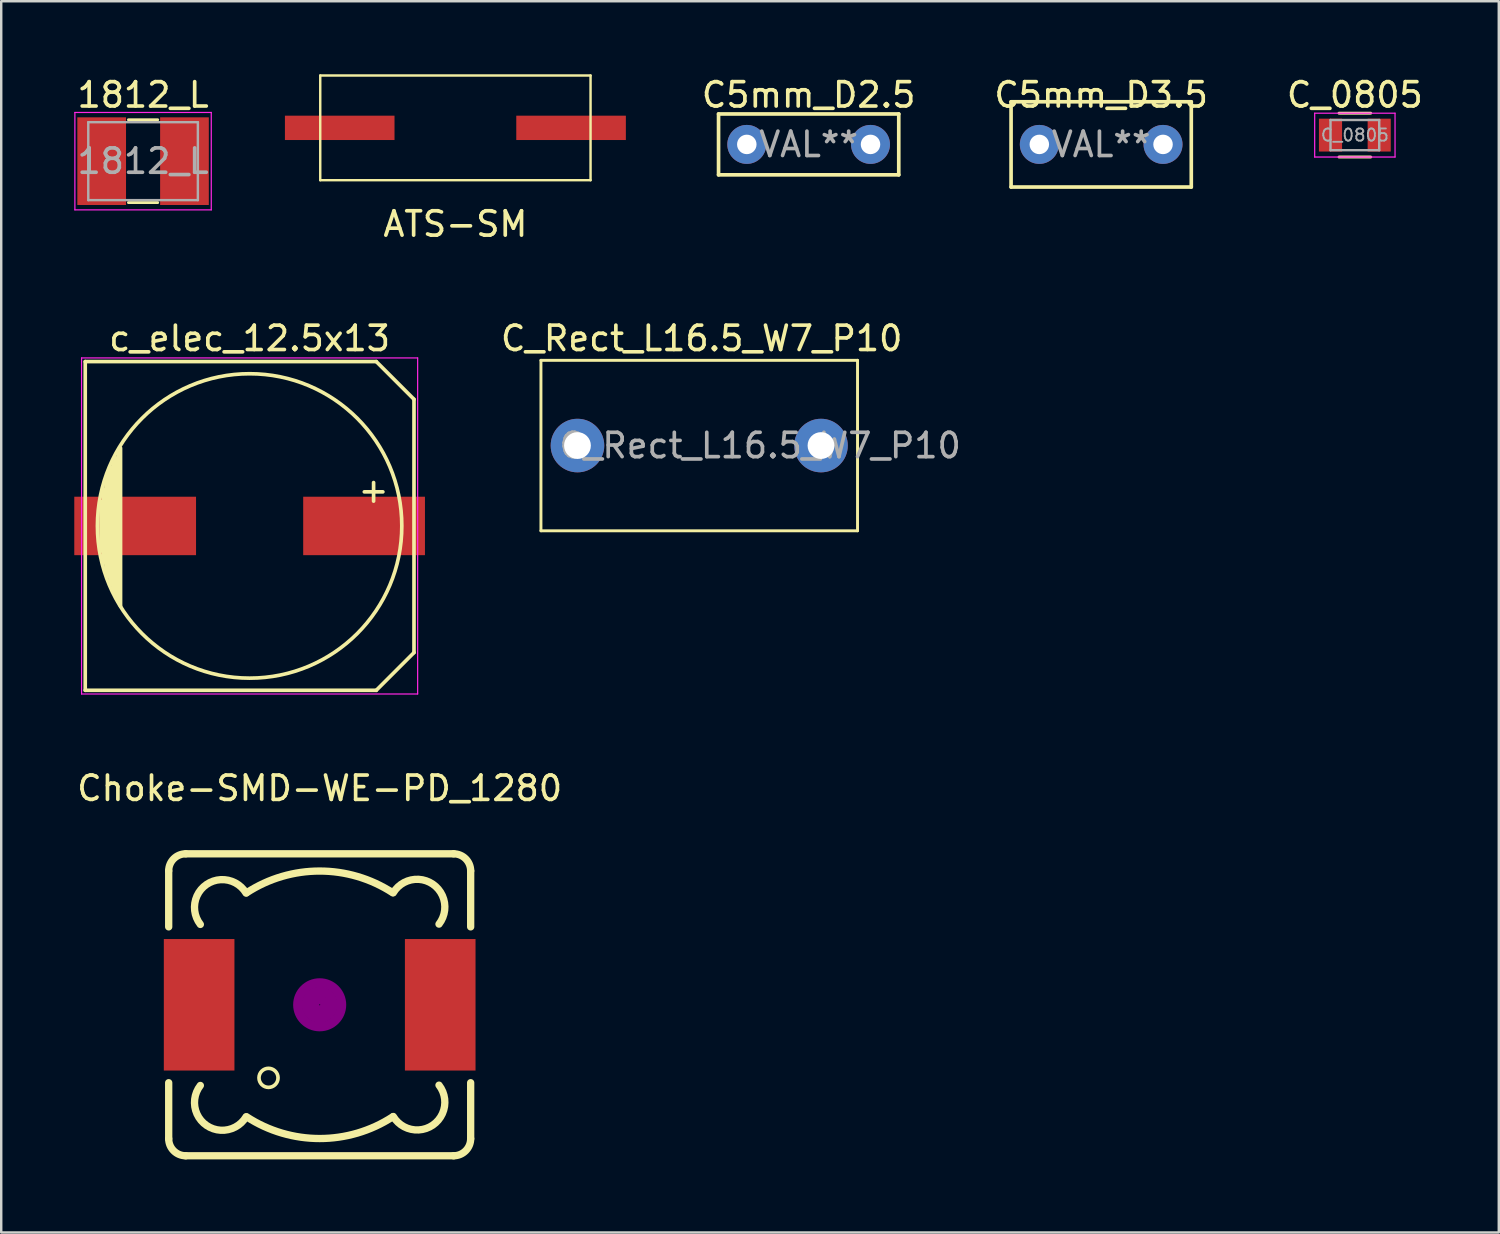
<source format=kicad_pcb>
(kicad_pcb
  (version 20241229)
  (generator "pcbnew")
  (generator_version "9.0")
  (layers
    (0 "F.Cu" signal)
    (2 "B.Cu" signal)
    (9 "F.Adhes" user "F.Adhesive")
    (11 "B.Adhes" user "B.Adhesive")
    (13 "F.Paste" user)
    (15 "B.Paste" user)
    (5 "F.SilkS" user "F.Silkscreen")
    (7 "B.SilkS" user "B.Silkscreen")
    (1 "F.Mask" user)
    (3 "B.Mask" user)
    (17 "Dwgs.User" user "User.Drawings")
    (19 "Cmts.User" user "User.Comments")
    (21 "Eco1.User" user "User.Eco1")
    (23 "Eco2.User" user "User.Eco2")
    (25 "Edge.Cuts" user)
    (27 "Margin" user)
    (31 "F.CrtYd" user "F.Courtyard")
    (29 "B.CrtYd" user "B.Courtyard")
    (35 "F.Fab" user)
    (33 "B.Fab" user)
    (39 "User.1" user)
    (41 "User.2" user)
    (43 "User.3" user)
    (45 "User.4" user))
  (footprint "Choke-SMD-WE-PD_1280"
    (layer "F.Cu")
    (at 10.077 38.21)
    (property "Reference" "Choke-SMD-WE-PD_1280" (at 0 -8.89 0) (layer "F.SilkS") (effects (font (size 1 1) (thickness 0.15))))
    (attr smd)
    (fp_line (start -6.2 -3.2) (end -6.2 -5.5) (stroke (width 0.3) (type solid)) (layer "F.SilkS"))
    (fp_line (start -6.2 5.5) (end -6.2 3.2) (stroke (width 0.3) (type solid)) (layer "F.SilkS"))
    (fp_line (start -5.5 -6.2) (end 5.5 -6.2) (stroke (width 0.3) (type solid)) (layer "F.SilkS"))
    (fp_line (start -4.9 -3.299) (end -5.001 -3.401) (stroke (width 0.15) (type solid)) (layer "F.SilkS"))
    (fp_line (start 4.9 3.299) (end 5.001 3.401) (stroke (width 0.15) (type solid)) (layer "F.SilkS"))
    (fp_line (start 5.5 6.2) (end -5.5 6.2) (stroke (width 0.3) (type solid)) (layer "F.SilkS"))
    (fp_line (start 6.2 -5.5) (end 6.2 -3.2) (stroke (width 0.3) (type solid)) (layer "F.SilkS"))
    (fp_line (start 6.2 3.2) (end 6.2 5.5) (stroke (width 0.3) (type solid)) (layer "F.SilkS"))
    (fp_arc (start -6.2 -5.5) (mid -5.994975 -5.994975) (end -5.5 -6.2) (stroke (width 0.3) (type solid)) (layer "F.SilkS"))
    (fp_arc (start -5.5 6.2) (mid -5.994975 5.994975) (end -6.2 5.5) (stroke (width 0.3) (type solid)) (layer "F.SilkS"))
    (fp_arc (start -4.9 -3.3) (mid -4.644479 -4.940556) (end -3.022308 -4.586615) (stroke (width 0.3) (type solid)) (layer "F.SilkS"))
    (fp_arc (start -3.022423 4.6) (mid -4.644572 4.953686) (end -4.9 3.313193) (stroke (width 0.3) (type solid)) (layer "F.SilkS"))
    (fp_arc (start -3 -4.6) (mid 0 -5.491812) (end 3 -4.6) (stroke (width 0.3) (type solid)) (layer "F.SilkS"))
    (fp_arc (start 3 4.6) (mid 0 5.491812) (end -3 4.6) (stroke (width 0.3) (type solid)) (layer "F.SilkS"))
    (fp_arc (start 3.022423 -4.6) (mid 4.644572 -4.953686) (end 4.9 -3.313193) (stroke (width 0.3) (type solid)) (layer "F.SilkS"))
    (fp_arc (start 4.9 3.3) (mid 4.644479 4.940556) (end 3.022308 4.586615) (stroke (width 0.3) (type solid)) (layer "F.SilkS"))
    (fp_arc (start 5.5 -6.2) (mid 5.994975 -5.994975) (end 6.2 -5.5) (stroke (width 0.3) (type solid)) (layer "F.SilkS"))
    (fp_arc (start 6.2 5.5) (mid 5.994975 5.994975) (end 5.5 6.2) (stroke (width 0.3) (type solid)) (layer "F.SilkS"))
    (fp_circle (center -2.101 3) (end -1.801 3.251) (stroke (width 0.15) (type solid)) (fill no) (layer "F.SilkS"))
    (fp_circle (center 0 0) (end 0.15 0.15) (stroke (width 0.381) (type solid)) (fill no) (layer "F.Adhes"))
    (fp_circle (center 0 0) (end 0.551 0) (stroke (width 0.381) (type solid)) (fill no) (layer "F.Adhes"))
    (fp_circle (center 0 0) (end 0.899 0) (stroke (width 0.381) (type solid)) (fill no) (layer "F.Adhes"))
    (pad "1" smd rect (at -4.95 0) (size 2.9 5.4) (layers "F.Cu" "F.Mask" "F.Paste"))
    (pad "2" smd rect (at 4.95 0) (size 2.9 5.4) (layers "F.Cu" "F.Mask" "F.Paste")))
  (footprint "C_Rect_L16.5_W7_P10"
    (layer "F.Cu")
    (at 20.663 15.246)
    (property "Reference" "C_Rect_L16.5_W7_P10" (at 5.1 -4.4 0) (layer "F.SilkS") (effects (font (size 1 1) (thickness 0.15))))
    (attr through_hole)
    (fp_line (start -1.5 -3.5) (end 11.5 -3.5) (stroke (width 0.12) (type solid)) (layer "F.SilkS"))
    (fp_line (start -1.5 3.5) (end -1.5 -3.5) (stroke (width 0.12) (type solid)) (layer "F.SilkS"))
    (fp_line (start 11.5 -3.5) (end 11.5 3.5) (stroke (width 0.12) (type solid)) (layer "F.SilkS"))
    (fp_line (start 11.5 3.5) (end -1.5 3.5) (stroke (width 0.12) (type solid)) (layer "F.SilkS"))
    (fp_text user "${REFERENCE}" (at 7.5 0 0) (layer "F.Fab") (effects (font (size 1 1) (thickness 0.15))))
    (pad "1" thru_hole circle (at 0 0) (size 2.2 2.2) (drill 1.1) (layers "*.Cu" "*.Mask"))
    (pad "2" thru_hole circle (at 10 0) (size 2.2 2.2) (drill 1.1) (layers "*.Cu" "*.Mask")))
  (footprint "ATS-SM"
    (layer "F.Cu")
    (at 15.65 2.2)
    (property "Reference" "ATS-SM" (at 0 3.95 0) (layer "F.SilkS") (effects (font (size 1 1) (thickness 0.15))))
    (attr through_hole)
    (fp_line (start -5.55 -2.15) (end -5.55 2.15) (stroke (width 0.1) (type solid)) (layer "F.SilkS"))
    (fp_line (start -5.55 -2.15) (end 5.55 -2.15) (stroke (width 0.1) (type solid)) (layer "F.SilkS"))
    (fp_line (start -5.55 2.15) (end 5.55 2.15) (stroke (width 0.1) (type solid)) (layer "F.SilkS"))
    (fp_line (start 5.55 -2.15) (end 5.55 2.15) (stroke (width 0.1) (type solid)) (layer "F.SilkS"))
    (pad "1" smd rect (at 4.75 0) (size 4.5 1) (layers "F.Cu" "F.Mask" "F.Paste"))
    (pad "2" smd rect (at -4.75 0) (size 4.5 1) (layers "F.Cu" "F.Mask" "F.Paste")))
  (footprint "1812_L"
    (layer "F.Cu")
    (at 2.825 3.568)
    (property "Reference" "1812_L" (at 0 -2.72 0) (layer "F.SilkS") (effects (font (size 1 1) (thickness 0.15))))
    (attr smd)
    (fp_line (start -0.6 -1.7) (end 0.6 -1.7) (stroke (width 0.12) (type solid)) (layer "F.SilkS"))
    (fp_line (start -0.6 1.7) (end 0.6 1.7) (stroke (width 0.12) (type solid)) (layer "F.SilkS"))
    (fp_line (start -2.8 -2) (end -2.8 2) (stroke (width 0.05) (type solid)) (layer "F.CrtYd"))
    (fp_line (start -2.8 -2) (end 2.8 -2) (stroke (width 0.05) (type solid)) (layer "F.CrtYd"))
    (fp_line (start 2.8 2) (end -2.8 2) (stroke (width 0.05) (type solid)) (layer "F.CrtYd"))
    (fp_line (start 2.8 2) (end 2.8 -2) (stroke (width 0.05) (type solid)) (layer "F.CrtYd"))
    (fp_line (start -2.25 -1.6) (end 2.25 -1.6) (stroke (width 0.1) (type solid)) (layer "F.Fab"))
    (fp_line (start -2.25 1.6) (end -2.25 -1.6) (stroke (width 0.1) (type solid)) (layer "F.Fab"))
    (fp_line (start 2.25 -1.6) (end 2.25 1.6) (stroke (width 0.1) (type solid)) (layer "F.Fab"))
    (fp_line (start 2.25 1.6) (end -2.25 1.6) (stroke (width 0.1) (type solid)) (layer "F.Fab"))
    (fp_text user "${REFERENCE}" (at 0 0 0) (layer "F.Fab") (effects (font (size 1 1) (thickness 0.15))))
    (pad "1" smd rect (at -1.7 0) (size 2 3.6) (layers "F.Cu" "F.Mask" "F.Paste"))
    (pad "2" smd rect (at 1.7 0) (size 2 3.6) (layers "F.Cu" "F.Mask" "F.Paste")))
  (footprint "C5mm_D2.5"
    (layer "F.Cu")
    (at 30.156 2.88)
    (property "Reference" "C5mm_D2.5" (at 0 -2.032 0) (layer "F.SilkS") (effects (font (size 1 1) (thickness 0.15))))
    (attr through_hole)
    (fp_line (start -3.7 -1.25) (end 3.7 -1.25) (stroke (width 0.15) (type solid)) (layer "F.SilkS"))
    (fp_line (start -3.7 1.25) (end -3.7 -1.25) (stroke (width 0.15) (type solid)) (layer "F.SilkS"))
    (fp_line (start 3.7 -1.25) (end 3.7 1.25) (stroke (width 0.15) (type solid)) (layer "F.SilkS"))
    (fp_line (start 3.7 1.25) (end -3.7 1.25) (stroke (width 0.15) (type solid)) (layer "F.SilkS"))
    (fp_text user "VAL**" (at 0 0 0) (layer "F.Fab") (effects (font (size 1 1) (thickness 0.15))))
    (pad "1" thru_hole circle (at -2.54 0) (size 1.6 1.6) (drill 0.8) (layers "*.Cu" "*.Mask"))
    (pad "2" thru_hole circle (at 2.54 0) (size 1.6 1.6) (drill 0.8) (layers "*.Cu" "*.Mask")))
  (footprint "C_0805"
    (layer "F.Cu")
    (at 52.585 2.498)
    (property "Reference" "C_0805" (at 0 -1.65 0) (layer "F.SilkS") (effects (font (size 1 1) (thickness 0.15))))
    (attr smd)
    (fp_line (start -0.65 -0.9) (end 0.65 -0.9) (stroke (width 0.12) (type solid)) (layer "F.SilkS"))
    (fp_line (start 0.65 0.9) (end -0.65 0.9) (stroke (width 0.12) (type solid)) (layer "F.SilkS"))
    (fp_line (start -1.65 -0.9) (end -1.65 0.9) (stroke (width 0.05) (type solid)) (layer "F.CrtYd"))
    (fp_line (start -1.65 -0.9) (end 1.65 -0.9) (stroke (width 0.05) (type solid)) (layer "F.CrtYd"))
    (fp_line (start 1.65 0.9) (end -1.65 0.9) (stroke (width 0.05) (type solid)) (layer "F.CrtYd"))
    (fp_line (start 1.65 0.9) (end 1.65 -0.9) (stroke (width 0.05) (type solid)) (layer "F.CrtYd"))
    (fp_line (start -1 -0.62) (end 1 -0.62) (stroke (width 0.1) (type solid)) (layer "F.Fab"))
    (fp_line (start -1 0.62) (end -1 -0.62) (stroke (width 0.1) (type solid)) (layer "F.Fab"))
    (fp_line (start 1 -0.62) (end 1 0.62) (stroke (width 0.1) (type solid)) (layer "F.Fab"))
    (fp_line (start 1 0.62) (end -1 0.62) (stroke (width 0.1) (type solid)) (layer "F.Fab"))
    (fp_text user "${REFERENCE}" (at 0 0 0) (layer "F.Fab") (effects (font (size 0.5 0.5) (thickness 0.075))))
    (pad "1" smd rect (at -1 0) (size 0.95 1.35) (layers "F.Cu" "F.Mask" "F.Paste"))
    (pad "2" smd rect (at 1 0) (size 0.95 1.35) (layers "F.Cu" "F.Mask" "F.Paste")))
  (footprint "C5mm_D3.5"
    (layer "F.Cu")
    (at 42.168 2.88)
    (property "Reference" "C5mm_D3.5" (at 0 -2.032 0) (layer "F.SilkS") (effects (font (size 1 1) (thickness 0.15))))
    (attr through_hole)
    (fp_line (start -3.7 -1.75) (end 3.7 -1.75) (stroke (width 0.15) (type solid)) (layer "F.SilkS"))
    (fp_line (start -3.7 1.75) (end -3.7 -1.75) (stroke (width 0.15) (type solid)) (layer "F.SilkS"))
    (fp_line (start 3.7 -1.75) (end 3.7 1.75) (stroke (width 0.15) (type solid)) (layer "F.SilkS"))
    (fp_line (start 3.7 1.75) (end -3.7 1.75) (stroke (width 0.15) (type solid)) (layer "F.SilkS"))
    (fp_text user "VAL**" (at 0 0 0) (layer "F.Fab") (effects (font (size 1 1) (thickness 0.15))))
    (pad "1" thru_hole circle (at -2.54 0) (size 1.6 1.6) (drill 0.8) (layers "*.Cu" "*.Mask"))
    (pad "2" thru_hole circle (at 2.54 0) (size 1.6 1.6) (drill 0.8) (layers "*.Cu" "*.Mask")))
  (footprint "c_elec_12.5x13"
    (layer "F.Cu")
    (at 7.2 18.547)
    (property "Reference" "c_elec_12.5x13" (at 0 -7.7 0) (layer "F.SilkS") (effects (font (size 1 1) (thickness 0.15))))
    (attr smd)
    (fp_line (start -6.75 -6.75) (end -6.75 6.75) (stroke (width 0.15) (type solid)) (layer "F.SilkS"))
    (fp_line (start -6.75 6.75) (end 5.2 6.75) (stroke (width 0.15) (type solid)) (layer "F.SilkS"))
    (fp_line (start -6.1 1.032) (end -6.1 -1) (stroke (width 0.15) (type solid)) (layer "F.SilkS"))
    (fp_line (start -6 -1.5) (end -6 1.524) (stroke (width 0.15) (type solid)) (layer "F.SilkS"))
    (fp_line (start -5.9 1.9) (end -5.9 -1.9) (stroke (width 0.15) (type solid)) (layer "F.SilkS"))
    (fp_line (start -5.8 -2.218) (end -5.8 2.1) (stroke (width 0.15) (type solid)) (layer "F.SilkS"))
    (fp_line (start -5.7 2.426) (end -5.7 -2.4) (stroke (width 0.15) (type solid)) (layer "F.SilkS"))
    (fp_line (start -5.6 -2.6) (end -5.6 2.7) (stroke (width 0.15) (type solid)) (layer "F.SilkS"))
    (fp_line (start -5.5 -2.8) (end -5.5 2.9) (stroke (width 0.15) (type solid)) (layer "F.SilkS"))
    (fp_line (start -5.4 -3) (end -5.4 3.1) (stroke (width 0.15) (type solid)) (layer "F.SilkS"))
    (fp_line (start -5.3 -3.2) (end -5.3 3.3) (stroke (width 0.15) (type solid)) (layer "F.SilkS"))
    (fp_line (start 5.091 -1.781) (end 5.091 -1.019) (stroke (width 0.15) (type solid)) (layer "F.SilkS"))
    (fp_line (start 5.2 -6.75) (end -6.75 -6.75) (stroke (width 0.15) (type solid)) (layer "F.SilkS"))
    (fp_line (start 5.472 -1.4) (end 4.71 -1.4) (stroke (width 0.15) (type solid)) (layer "F.SilkS"))
    (fp_line (start 6.75 -5.2) (end 5.2 -6.75) (stroke (width 0.15) (type solid)) (layer "F.SilkS"))
    (fp_line (start 6.75 5.2) (end 5.2 6.75) (stroke (width 0.15) (type solid)) (layer "F.SilkS"))
    (fp_line (start 6.75 5.2) (end 6.75 -5.2) (stroke (width 0.15) (type solid)) (layer "F.SilkS"))
    (fp_circle (center 0 0) (end 6.25 0) (stroke (width 0.15) (type solid)) (fill no) (layer "F.SilkS"))
    (fp_line (start -6.9 -6.9) (end 6.9 -6.9) (stroke (width 0.05) (type solid)) (layer "F.CrtYd"))
    (fp_line (start -6.9 6.9) (end -6.9 -6.9) (stroke (width 0.05) (type solid)) (layer "F.CrtYd"))
    (fp_line (start 6.9 -6.9) (end 6.9 6.9) (stroke (width 0.05) (type solid)) (layer "F.CrtYd"))
    (fp_line (start 6.9 6.9) (end -6.9 6.9) (stroke (width 0.05) (type solid)) (layer "F.CrtYd"))
    (pad "1" smd rect (at 4.7 0) (size 5 2.4) (layers "F.Cu" "F.Mask" "F.Paste"))
    (pad "2" smd rect (at -4.7 0) (size 5 2.4) (layers "F.Cu" "F.Mask" "F.Paste")))
  (gr_rect
    (start -3 -3)
    (end 58.495 47.56)
    (stroke (width 0.1) (type default))
    (fill no)
    (layer "Edge.Cuts")))
</source>
